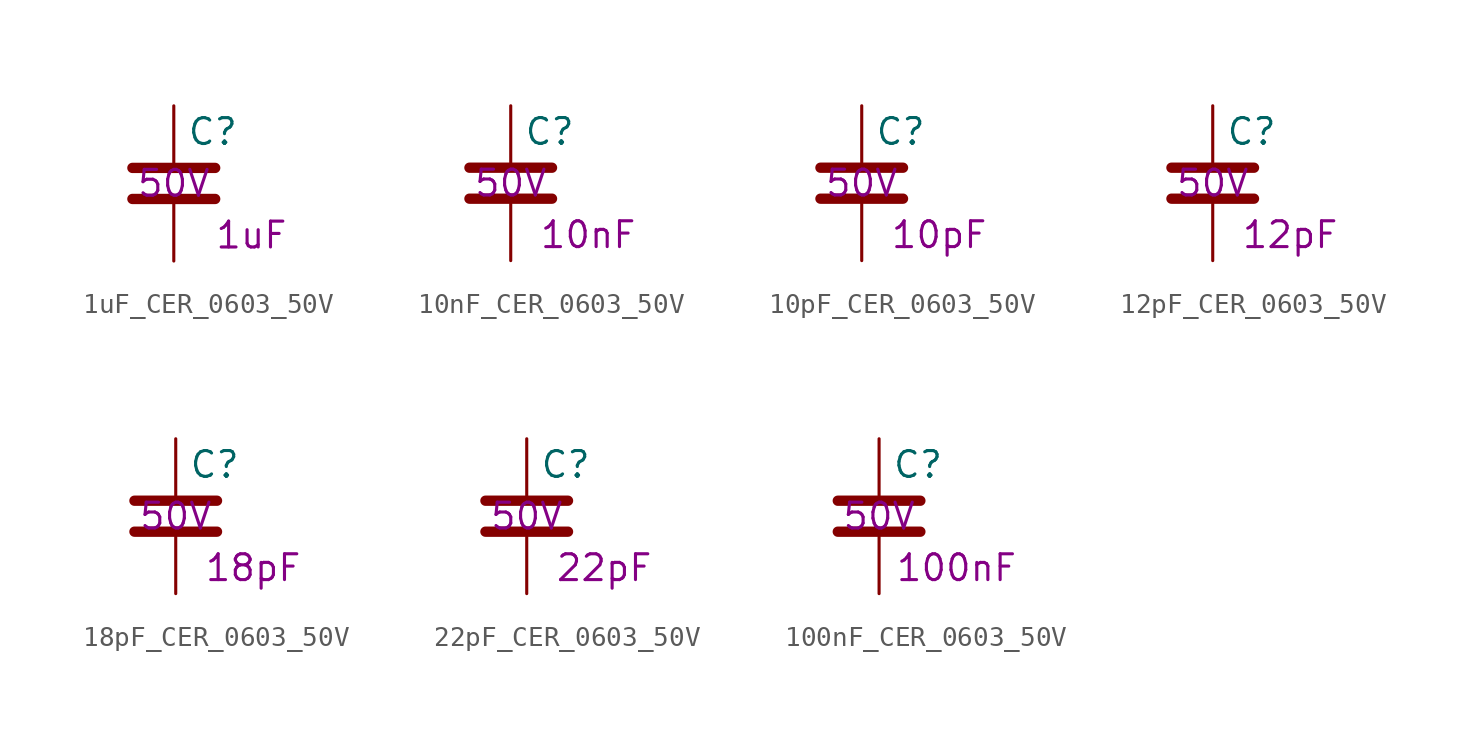
<source format=kicad_sym>
(kicad_symbol_lib
  (version 20211014)
  (generator kicad_symbol_editor)
  (symbol "1uF_CER_0603_50V"
    (pin_numbers hide)
    (pin_names
      (offset 0.254))
    (property "Reference" "C"
      (at 0.635 2.54 0)
      (effects (font (size 1.27 1.27)) (justify left)))
    (property "Capacitance" "1uF"
      (at 3.81 -2.54 0)
      (effects (font (size 1.27 1.27))))
    (property "Voltage Rating" "50V"
      (at 0 0 0)
      (effects (font (size 1.27 1.27))))
    (symbol "1uF_CER_0603_50V_0_1"
      (polyline (pts (xy -2.032 -0.762) (xy 2.032 -0.762)) (stroke (width 0.508) (type default) (color 0 0 0 0)) (fill (type none)))
      (polyline (pts (xy -2.032 0.762) (xy 2.032 0.762)) (stroke (width 0.508) (type default) (color 0 0 0 0)) (fill (type none))))
    (symbol "1uF_CER_0603_50V_1_1"
      (pin passive line (at 0 3.81 270) (length 2.794) (name "~" (effects (font (size 1.27 1.27)))) (number "1" (effects (font (size 1.27 1.27)))))
      (pin passive line (at 0 -3.81 90) (length 2.794) (name "~" (effects (font (size 1.27 1.27)))) (number "2" (effects (font (size 1.27 1.27)))))))
  (symbol "10nF_CER_0603_50V"
    (pin_numbers hide)
    (pin_names
      (offset 0.254))
    (property "Reference" "C"
      (at 0.635 2.54 0)
      (effects (font (size 1.27 1.27)) (justify left)))
    (property "Capacitance" "10nF"
      (at 3.81 -2.54 0)
      (effects (font (size 1.27 1.27))))
    (property "Voltage Rating" "50V"
      (at 0 0 0)
      (effects (font (size 1.27 1.27))))
    (symbol "10nF_CER_0603_50V_0_1"
      (polyline (pts (xy -2.032 -0.762) (xy 2.032 -0.762)) (stroke (width 0.508) (type default) (color 0 0 0 0)) (fill (type none)))
      (polyline (pts (xy -2.032 0.762) (xy 2.032 0.762)) (stroke (width 0.508) (type default) (color 0 0 0 0)) (fill (type none))))
    (symbol "10nF_CER_0603_50V_1_1"
      (pin passive line (at 0 3.81 270) (length 2.794) (name "~" (effects (font (size 1.27 1.27)))) (number "1" (effects (font (size 1.27 1.27)))))
      (pin passive line (at 0 -3.81 90) (length 2.794) (name "~" (effects (font (size 1.27 1.27)))) (number "2" (effects (font (size 1.27 1.27)))))))
  (symbol "10pF_CER_0603_50V"
    (pin_numbers hide)
    (pin_names
      (offset 0.254))
    (property "Reference" "C"
      (at 0.635 2.54 0)
      (effects (font (size 1.27 1.27)) (justify left)))
    (property "Capacitance" "10pF"
      (at 3.81 -2.54 0)
      (effects (font (size 1.27 1.27))))
    (property "Voltage Rating" "50V"
      (at 0 0 0)
      (effects (font (size 1.27 1.27))))
    (symbol "10pF_CER_0603_50V_0_1"
      (polyline (pts (xy -2.032 -0.762) (xy 2.032 -0.762)) (stroke (width 0.508) (type default) (color 0 0 0 0)) (fill (type none)))
      (polyline (pts (xy -2.032 0.762) (xy 2.032 0.762)) (stroke (width 0.508) (type default) (color 0 0 0 0)) (fill (type none))))
    (symbol "10pF_CER_0603_50V_1_1"
      (pin passive line (at 0 3.81 270) (length 2.794) (name "~" (effects (font (size 1.27 1.27)))) (number "1" (effects (font (size 1.27 1.27)))))
      (pin passive line (at 0 -3.81 90) (length 2.794) (name "~" (effects (font (size 1.27 1.27)))) (number "2" (effects (font (size 1.27 1.27)))))))
  (symbol "12pF_CER_0603_50V"
    (pin_numbers hide)
    (pin_names
      (offset 0.254))
    (property "Reference" "C"
      (at 0.635 2.54 0)
      (effects (font (size 1.27 1.27)) (justify left)))
    (property "Capacitance" "12pF"
      (at 3.81 -2.54 0)
      (effects (font (size 1.27 1.27))))
    (property "Voltage Rating" "50V"
      (at 0 0 0)
      (effects (font (size 1.27 1.27))))
    (symbol "12pF_CER_0603_50V_0_1"
      (polyline (pts (xy -2.032 -0.762) (xy 2.032 -0.762)) (stroke (width 0.508) (type default) (color 0 0 0 0)) (fill (type none)))
      (polyline (pts (xy -2.032 0.762) (xy 2.032 0.762)) (stroke (width 0.508) (type default) (color 0 0 0 0)) (fill (type none))))
    (symbol "12pF_CER_0603_50V_1_1"
      (pin passive line (at 0 3.81 270) (length 2.794) (name "~" (effects (font (size 1.27 1.27)))) (number "1" (effects (font (size 1.27 1.27)))))
      (pin passive line (at 0 -3.81 90) (length 2.794) (name "~" (effects (font (size 1.27 1.27)))) (number "2" (effects (font (size 1.27 1.27)))))))
  (symbol "18pF_CER_0603_50V"
    (pin_numbers hide)
    (pin_names
      (offset 0.254))
    (property "Reference" "C"
      (at 0.635 2.54 0)
      (effects (font (size 1.27 1.27)) (justify left)))
    (property "Capacitance" "18pF"
      (at 3.81 -2.54 0)
      (effects (font (size 1.27 1.27))))
    (property "Voltage Rating" "50V"
      (at 0 0 0)
      (effects (font (size 1.27 1.27))))
    (symbol "18pF_CER_0603_50V_0_1"
      (polyline (pts (xy -2.032 -0.762) (xy 2.032 -0.762)) (stroke (width 0.508) (type default) (color 0 0 0 0)) (fill (type none)))
      (polyline (pts (xy -2.032 0.762) (xy 2.032 0.762)) (stroke (width 0.508) (type default) (color 0 0 0 0)) (fill (type none))))
    (symbol "18pF_CER_0603_50V_1_1"
      (pin passive line (at 0 3.81 270) (length 2.794) (name "~" (effects (font (size 1.27 1.27)))) (number "1" (effects (font (size 1.27 1.27)))))
      (pin passive line (at 0 -3.81 90) (length 2.794) (name "~" (effects (font (size 1.27 1.27)))) (number "2" (effects (font (size 1.27 1.27)))))))
  (symbol "22pF_CER_0603_50V"
    (pin_numbers hide)
    (pin_names
      (offset 0.254))
    (property "Reference" "C"
      (at 0.635 2.54 0)
      (effects (font (size 1.27 1.27)) (justify left)))
    (property "Capacitance" "22pF"
      (at 3.81 -2.54 0)
      (effects (font (size 1.27 1.27))))
    (property "Voltage Rating" "50V"
      (at 0 0 0)
      (effects (font (size 1.27 1.27))))
    (symbol "22pF_CER_0603_50V_0_1"
      (polyline (pts (xy -2.032 -0.762) (xy 2.032 -0.762)) (stroke (width 0.508) (type default) (color 0 0 0 0)) (fill (type none)))
      (polyline (pts (xy -2.032 0.762) (xy 2.032 0.762)) (stroke (width 0.508) (type default) (color 0 0 0 0)) (fill (type none))))
    (symbol "22pF_CER_0603_50V_1_1"
      (pin passive line (at 0 3.81 270) (length 2.794) (name "~" (effects (font (size 1.27 1.27)))) (number "1" (effects (font (size 1.27 1.27)))))
      (pin passive line (at 0 -3.81 90) (length 2.794) (name "~" (effects (font (size 1.27 1.27)))) (number "2" (effects (font (size 1.27 1.27)))))))
  (symbol "100nF_CER_0603_50V"
    (pin_numbers hide)
    (pin_names
      (offset 0.254))
    (property "Reference" "C"
      (at 0.635 2.54 0)
      (effects (font (size 1.27 1.27)) (justify left)))
    (property "Capacitance" "100nF"
      (at 3.81 -2.54 0)
      (effects (font (size 1.27 1.27))))
    (property "Voltage Rating" "50V"
      (at 0 0 0)
      (effects (font (size 1.27 1.27))))
    (symbol "100nF_CER_0603_50V_0_1"
      (polyline (pts (xy -2.032 -0.762) (xy 2.032 -0.762)) (stroke (width 0.508) (type default) (color 0 0 0 0)) (fill (type none)))
      (polyline (pts (xy -2.032 0.762) (xy 2.032 0.762)) (stroke (width 0.508) (type default) (color 0 0 0 0)) (fill (type none))))
    (symbol "100nF_CER_0603_50V_1_1"
      (pin passive line (at 0 3.81 270) (length 2.794) (name "~" (effects (font (size 1.27 1.27)))) (number "1" (effects (font (size 1.27 1.27)))))
      (pin passive line (at 0 -3.81 90) (length 2.794) (name "~" (effects (font (size 1.27 1.27)))) (number "2" (effects (font (size 1.27 1.27))))))))
</source>
